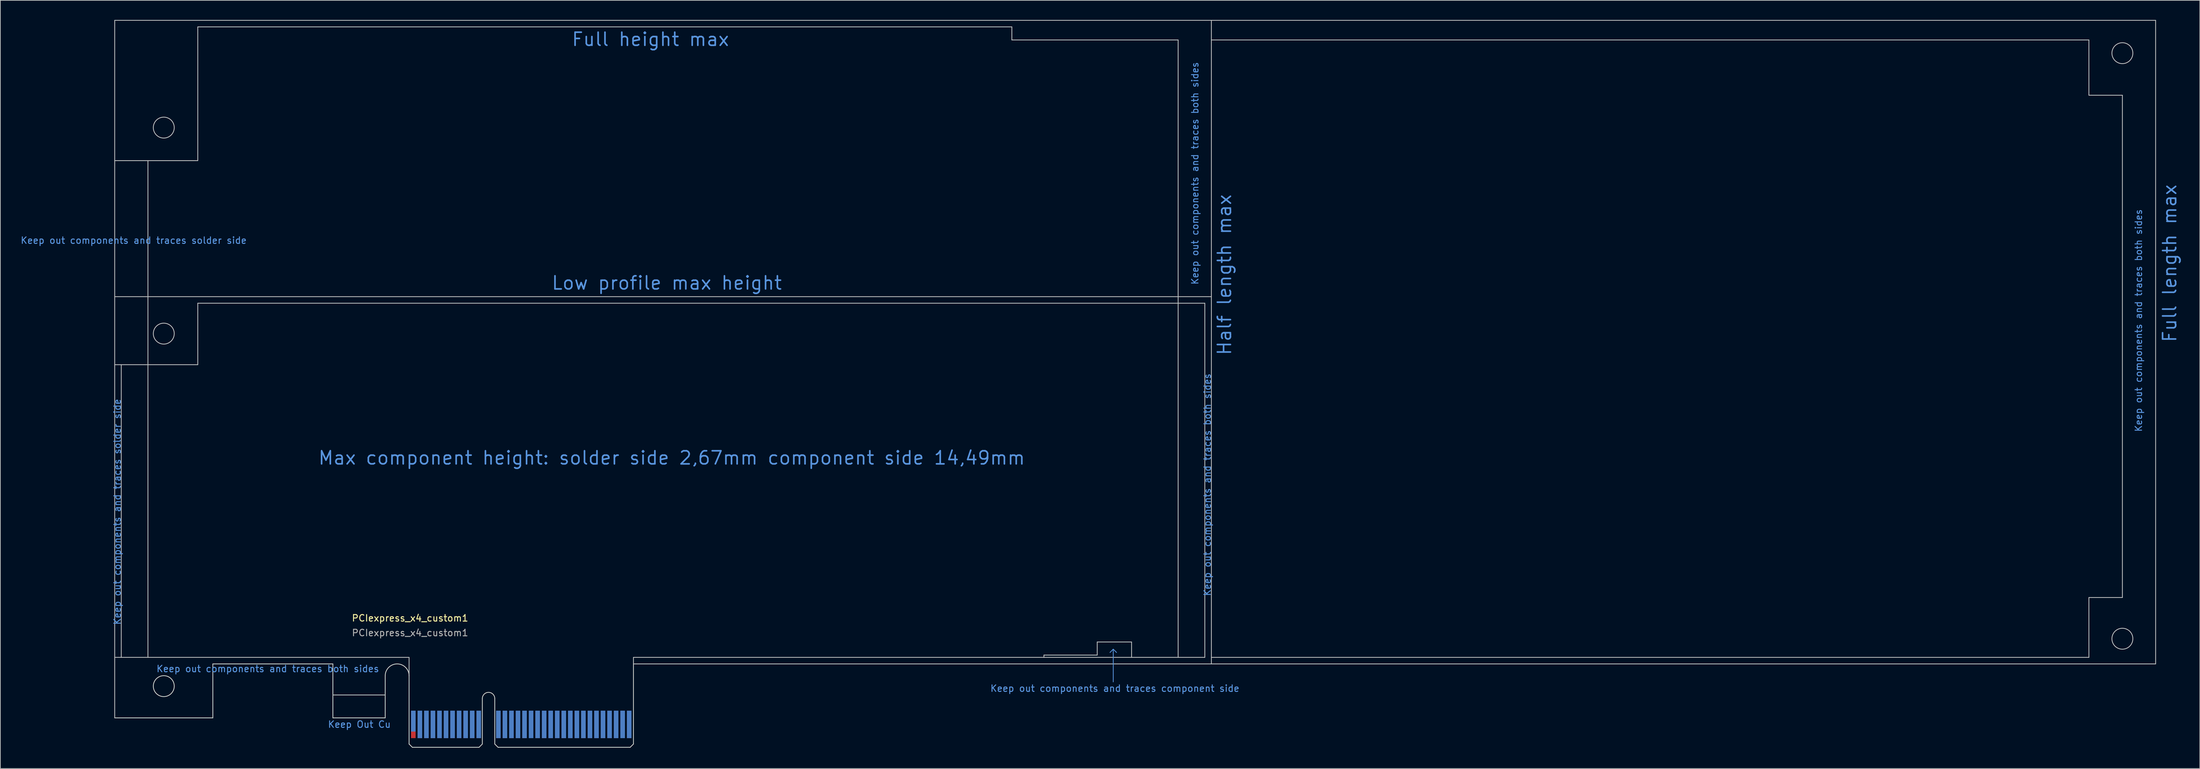
<source format=kicad_pcb>
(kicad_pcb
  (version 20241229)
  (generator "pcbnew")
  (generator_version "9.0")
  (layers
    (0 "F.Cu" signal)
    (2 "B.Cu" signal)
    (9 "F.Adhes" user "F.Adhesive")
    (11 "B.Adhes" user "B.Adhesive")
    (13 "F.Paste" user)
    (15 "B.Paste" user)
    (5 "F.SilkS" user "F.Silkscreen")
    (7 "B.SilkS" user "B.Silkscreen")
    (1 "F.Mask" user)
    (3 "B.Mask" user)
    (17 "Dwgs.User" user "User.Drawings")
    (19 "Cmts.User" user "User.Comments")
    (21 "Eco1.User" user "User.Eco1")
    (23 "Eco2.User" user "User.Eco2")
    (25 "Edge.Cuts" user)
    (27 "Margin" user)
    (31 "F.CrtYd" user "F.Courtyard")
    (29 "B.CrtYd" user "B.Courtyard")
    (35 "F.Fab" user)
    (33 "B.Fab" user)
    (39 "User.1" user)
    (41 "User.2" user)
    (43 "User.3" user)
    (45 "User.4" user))
  (footprint "PCIexpress_x4_custom1"
    (layer "F.Cu")
    (at 59.637 111.21)
    (property "Reference" "PCIexpress_x4_custom1" (at 0 -19.75 0) (layer "F.SilkS") (effects (font (size 1 1) (thickness 0.15))))
    (attr exclude_from_pos_files exclude_from_bom)
    (fp_poly (pts (xy -11.8 -4.5) (xy -11.8 -8) (xy -3.8 -8) (xy -3.8 -4.5)) (stroke (width 0) (type solid)) (fill yes) (layer "F.Mask"))
    (fp_poly (pts (xy -0.25 -5.5) (xy 34.25 -5.5) (xy 34.25 0) (xy -0.25 0)) (stroke (width 0.2) (type solid)) (fill yes) (layer "F.Mask"))
    (fp_poly (pts (xy -11.8 -4.5) (xy -11.8 -8) (xy -3.8 -8) (xy -3.8 -4.5)) (stroke (width 0) (type solid)) (fill yes) (layer "B.Mask"))
    (fp_poly (pts (xy -0.25 -5.5) (xy 34.25 -5.5) (xy 34.25 0) (xy -0.25 0)) (stroke (width 0.2) (type solid)) (fill yes) (layer "B.Mask"))
    (fp_line (start -45.15 -111.15) (end -45.15 -4.5) (stroke (width 0.12) (type solid)) (layer "Dwgs.User"))
    (fp_line (start -45.15 -111.15) (end 122.5 -111.15) (stroke (width 0.12) (type solid)) (layer "Dwgs.User"))
    (fp_line (start -45.15 -89.7) (end -32.45 -89.7) (stroke (width 0.12) (type solid)) (layer "Dwgs.User"))
    (fp_line (start -45.15 -68.9) (end 122.5 -68.9) (stroke (width 0.12) (type solid)) (layer "Dwgs.User"))
    (fp_line (start -45.15 -58.5) (end -32.45 -58.5) (stroke (width 0.12) (type solid)) (layer "Dwgs.User"))
    (fp_line (start -44.15 -58.5) (end -44.15 -13.75) (stroke (width 0.12) (type solid)) (layer "Dwgs.User"))
    (fp_line (start -40.07 -13.75) (end -40.07 -89.7) (stroke (width 0.12) (type solid)) (layer "Dwgs.User"))
    (fp_line (start -32.45 -110.15) (end -32.45 -89.7) (stroke (width 0.12) (type solid)) (layer "Dwgs.User"))
    (fp_line (start -32.45 -110.15) (end 92 -110.15) (stroke (width 0.12) (type solid)) (layer "Dwgs.User"))
    (fp_line (start -32.45 -67.9) (end 121.5 -67.9) (stroke (width 0.12) (type solid)) (layer "Dwgs.User"))
    (fp_line (start -32.45 -58.5) (end -32.45 -67.9) (stroke (width 0.12) (type solid)) (layer "Dwgs.User"))
    (fp_line (start -11.8 -8) (end -3.8 -8) (stroke (width 0.12) (type solid)) (layer "Dwgs.User"))
    (fp_line (start -0.15 -13.75) (end -45.15 -13.75) (stroke (width 0.12) (type solid)) (layer "Dwgs.User"))
    (fp_line (start -0.15 -10.925) (end -0.15 -13.75) (stroke (width 0.12) (type solid)) (layer "Dwgs.User"))
    (fp_line (start 34.15 -13.75) (end 121.5 -13.75) (stroke (width 0.12) (type solid)) (layer "Dwgs.User"))
    (fp_line (start 34.15 -12.75) (end 34.15 -13.75) (stroke (width 0.12) (type solid)) (layer "Dwgs.User"))
    (fp_line (start 34.15 -12.75) (end 122.503 -12.75) (stroke (width 0.12) (type solid)) (layer "Dwgs.User"))
    (fp_line (start 92 -110.15) (end 92 -108.15) (stroke (width 0.12) (type solid)) (layer "Dwgs.User"))
    (fp_line (start 92 -108.15) (end 117.42 -108.15) (stroke (width 0.12) (type solid)) (layer "Dwgs.User"))
    (fp_line (start 96.9 -14.1) (end 96.9 -13.75) (stroke (width 0.12) (type solid)) (layer "Dwgs.User"))
    (fp_line (start 96.9 -14.1) (end 105.05 -14.1) (stroke (width 0.12) (type solid)) (layer "Dwgs.User"))
    (fp_line (start 105.05 -16.1) (end 110.3 -16.1) (stroke (width 0.12) (type solid)) (layer "Dwgs.User"))
    (fp_line (start 105.05 -14.1) (end 105.05 -16.1) (stroke (width 0.12) (type solid)) (layer "Dwgs.User"))
    (fp_line (start 110.3 -16.1) (end 110.3 -13.75) (stroke (width 0.12) (type solid)) (layer "Dwgs.User"))
    (fp_line (start 117.42 -108.15) (end 117.42 -13.75) (stroke (width 0.12) (type solid)) (layer "Dwgs.User"))
    (fp_line (start 121.5 -67.9) (end 121.5 -13.75) (stroke (width 0.12) (type solid)) (layer "Dwgs.User"))
    (fp_line (start 122.5 -111.15) (end 122.5 -12.75) (stroke (width 0.12) (type solid)) (layer "Dwgs.User"))
    (fp_line (start 122.5 -111.15) (end 266.85 -111.15) (stroke (width 0.12) (type solid)) (layer "Dwgs.User"))
    (fp_line (start 122.5 -108.15) (end 256.65 -108.15) (stroke (width 0.12) (type solid)) (layer "Dwgs.User"))
    (fp_line (start 122.5 -13.75) (end 256.65 -13.75) (stroke (width 0.12) (type solid)) (layer "Dwgs.User"))
    (fp_line (start 122.503 -12.75) (end 266.853 -12.75) (stroke (width 0.12) (type solid)) (layer "Dwgs.User"))
    (fp_line (start 256.65 -108.15) (end 256.65 -99.7) (stroke (width 0.12) (type solid)) (layer "Dwgs.User"))
    (fp_line (start 256.65 -99.7) (end 261.77 -99.7) (stroke (width 0.12) (type solid)) (layer "Dwgs.User"))
    (fp_line (start 256.65 -22.9) (end 261.77 -22.9) (stroke (width 0.12) (type solid)) (layer "Dwgs.User"))
    (fp_line (start 256.65 -13.75) (end 256.65 -22.9) (stroke (width 0.12) (type solid)) (layer "Dwgs.User"))
    (fp_line (start 261.77 -99.7) (end 261.77 -22.9) (stroke (width 0.12) (type solid)) (layer "Dwgs.User"))
    (fp_line (start 266.85 -111.15) (end 266.853 -12.75) (stroke (width 0.12) (type solid)) (layer "Dwgs.User"))
    (fp_circle (center -37.65 -94.75) (end -36.05 -94.75) (stroke (width 0.12) (type solid)) (fill no) (layer "Dwgs.User"))
    (fp_circle (center -37.65 -63.25) (end -36.05 -63.25) (stroke (width 0.12) (type solid)) (fill no) (layer "Dwgs.User"))
    (fp_circle (center 261.77 -106.13) (end 263.37 -106.13) (stroke (width 0.12) (type solid)) (fill no) (layer "Dwgs.User"))
    (fp_circle (center 261.77 -16.6) (end 263.37 -16.6) (stroke (width 0.12) (type solid)) (fill no) (layer "Dwgs.User"))
    (fp_line (start 107.5 -15) (end 107 -14.5) (stroke (width 0.12) (type solid)) (layer "Cmts.User"))
    (fp_line (start 107.5 -15) (end 108 -14.5) (stroke (width 0.12) (type solid)) (layer "Cmts.User"))
    (fp_line (start 107.5 -10) (end 107.5 -15) (stroke (width 0.12) (type solid)) (layer "Cmts.User"))
    (fp_line (start -30.15 -12.75) (end -11.8 -12.75) (stroke (width 0.12) (type solid)) (layer "Edge.Cuts"))
    (fp_line (start -30.15 -4.5) (end -45.15 -4.5) (stroke (width 0.12) (type solid)) (layer "Edge.Cuts"))
    (fp_line (start -30.15 -4.5) (end -30.15 -12.75) (stroke (width 0.12) (type solid)) (layer "Edge.Cuts"))
    (fp_line (start -11.8 -4.5) (end -11.8 -12.75) (stroke (width 0.12) (type solid)) (layer "Edge.Cuts"))
    (fp_line (start -11.8 -4.5) (end -3.8 -4.5) (stroke (width 0.12) (type solid)) (layer "Edge.Cuts"))
    (fp_line (start -3.8 -4.5) (end -3.8 -10.925) (stroke (width 0.12) (type solid)) (layer "Edge.Cuts"))
    (fp_line (start -0.15 -0.5) (end -0.15 -10.925) (stroke (width 0.12) (type solid)) (layer "Edge.Cuts"))
    (fp_line (start -0.15 -0.5) (end 0.35 0) (stroke (width 0.12) (type solid)) (layer "Edge.Cuts"))
    (fp_line (start 0.35 0) (end 10.55 0) (stroke (width 0.12) (type solid)) (layer "Edge.Cuts"))
    (fp_line (start 11.05 -7.45) (end 11.05 -0.5) (stroke (width 0.12) (type solid)) (layer "Edge.Cuts"))
    (fp_line (start 11.05 -0.5) (end 10.55 0) (stroke (width 0.12) (type solid)) (layer "Edge.Cuts"))
    (fp_line (start 12.95 -7.45) (end 12.95 -0.5) (stroke (width 0.12) (type solid)) (layer "Edge.Cuts"))
    (fp_line (start 12.95 -0.5) (end 13.45 0) (stroke (width 0.12) (type solid)) (layer "Edge.Cuts"))
    (fp_line (start 13.45 0) (end 33.65 0) (stroke (width 0.12) (type solid)) (layer "Edge.Cuts"))
    (fp_line (start 34.15 -0.5) (end 33.65 0) (stroke (width 0.12) (type solid)) (layer "Edge.Cuts"))
    (fp_line (start 34.15 -0.5) (end 34.15 -12.75) (stroke (width 0.12) (type solid)) (layer "Edge.Cuts"))
    (fp_arc (start -3.8 -10.925) (mid -1.975 -12.75) (end -0.15 -10.925) (stroke (width 0.12) (type solid)) (layer "Edge.Cuts"))
    (fp_arc (start 11.05 -7.45) (mid 12 -8.4) (end 12.95 -7.45) (stroke (width 0.12) (type solid)) (layer "Edge.Cuts"))
    (fp_circle (center -37.65 -9.35) (end -36.05 -9.35) (stroke (width 0.12) (type solid)) (fill no) (layer "Edge.Cuts"))
    (fp_text user "Keep out components and traces solder side" (at -44.75 -36 90) (layer "Cmts.User") (effects (font (size 1 1) (thickness 0.15))))
    (fp_text user "Keep out components and traces both sides" (at 264.25 -65.25 90) (layer "Cmts.User") (effects (font (size 1 1) (thickness 0.15))))
    (fp_text user "Keep out components and traces both sides" (at -21.75 -12 0) (layer "Cmts.User") (effects (font (size 1 1) (thickness 0.15))))
    (fp_text user "Max component height: solder side 2,67mm component side 14,49mm" (at 40 -44.25 0) (layer "Cmts.User") (effects (font (size 2 2) (thickness 0.25))))
    (fp_text user "Keep out components and traces both sides" (at 121.893 -40.135 90) (layer "Cmts.User") (effects (font (size 1 1) (thickness 0.15))))
    (fp_text user "Keep out components and traces solder side" (at -42.25 -77.5 180) (layer "Cmts.User") (effects (font (size 1 1) (thickness 0.15))))
    (fp_text user "Full length max" (at 269 -74 90) (layer "Cmts.User") (effects (font (size 2 2) (thickness 0.25))))
    (fp_text user "Full height max" (at 36.75 -108.25 0) (layer "Cmts.User") (effects (font (size 2 2) (thickness 0.25))))
    (fp_text user "Keep Out Cu" (at -7.75 -3.5 0) (layer "Cmts.User") (effects (font (size 1 1) (thickness 0.15))))
    (fp_text user "Keep out components and traces both sides" (at 120 -87.75 90) (layer "Cmts.User") (effects (font (size 1 1) (thickness 0.15))))
    (fp_text user "Low profile max height" (at 39.25 -71 0) (layer "Cmts.User") (effects (font (size 2 2) (thickness 0.25))))
    (fp_text user "Keep out components and traces component side" (at 107.75 -9 180) (layer "Cmts.User") (effects (font (size 1 1) (thickness 0.15))))
    (fp_text user "Half length max" (at 124.5 -72.25 90) (layer "Cmts.User") (effects (font (size 2 2) (thickness 0.25))))
    (fp_text user "${REFERENCE}" (at 0 -17.5 0) (layer "F.Fab") (effects (font (size 1 1) (thickness 0.15))))
    (pad "A1" connect rect (at 0.5 -4) (size 0.7 3.2) (layers "B.Cu"))
    (pad "A2" connect rect (at 1.5 -3.5) (size 0.7 4.2) (layers "B.Cu"))
    (pad "A3" connect rect (at 2.5 -3.5) (size 0.7 4.2) (layers "B.Cu"))
    (pad "A4" connect rect (at 3.5 -3.5) (size 0.7 4.2) (layers "B.Cu"))
    (pad "A5" connect rect (at 4.5 -3.5) (size 0.7 4.2) (layers "B.Cu"))
    (pad "A6" connect rect (at 5.5 -3.5) (size 0.7 4.2) (layers "B.Cu"))
    (pad "A7" connect rect (at 6.5 -3.5) (size 0.7 4.2) (layers "B.Cu"))
    (pad "A8" connect rect (at 7.5 -3.5) (size 0.7 4.2) (layers "B.Cu"))
    (pad "A9" connect rect (at 8.5 -3.5) (size 0.7 4.2) (layers "B.Cu"))
    (pad "A10" connect rect (at 9.5 -3.5) (size 0.7 4.2) (layers "B.Cu"))
    (pad "A11" connect rect (at 10.5 -3.5) (size 0.7 4.2) (layers "B.Cu"))
    (pad "A12" connect rect (at 13.5 -3.5) (size 0.7 4.2) (layers "B.Cu"))
    (pad "A13" connect rect (at 14.5 -3.5) (size 0.7 4.2) (layers "B.Cu"))
    (pad "A14" connect rect (at 15.5 -3.5) (size 0.7 4.2) (layers "B.Cu"))
    (pad "A15" connect rect (at 16.5 -3.5) (size 0.7 4.2) (layers "B.Cu"))
    (pad "A16" connect rect (at 17.5 -3.5) (size 0.7 4.2) (layers "B.Cu"))
    (pad "A17" connect rect (at 18.5 -3.5) (size 0.7 4.2) (layers "B.Cu"))
    (pad "A18" connect rect (at 19.5 -3.5) (size 0.7 4.2) (layers "B.Cu"))
    (pad "A19" connect rect (at 20.5 -3.5) (size 0.7 4.2) (layers "B.Cu"))
    (pad "A20" connect rect (at 21.5 -3.5) (size 0.7 4.2) (layers "B.Cu"))
    (pad "A21" connect rect (at 22.5 -3.5) (size 0.7 4.2) (layers "B.Cu"))
    (pad "A22" connect rect (at 23.5 -3.5) (size 0.7 4.2) (layers "B.Cu"))
    (pad "A23" connect rect (at 24.5 -3.5) (size 0.7 4.2) (layers "B.Cu"))
    (pad "A24" connect rect (at 25.5 -3.5) (size 0.7 4.2) (layers "B.Cu"))
    (pad "A25" connect rect (at 26.5 -3.5) (size 0.7 4.2) (layers "B.Cu"))
    (pad "A26" connect rect (at 27.5 -3.5) (size 0.7 4.2) (layers "B.Cu"))
    (pad "A27" connect rect (at 28.5 -3.5) (size 0.7 4.2) (layers "B.Cu"))
    (pad "A28" connect rect (at 29.5 -3.5) (size 0.7 4.2) (layers "B.Cu"))
    (pad "A29" connect rect (at 30.5 -3.5) (size 0.7 4.2) (layers "B.Cu"))
    (pad "A30" connect rect (at 31.5 -3.5) (size 0.7 4.2) (layers "B.Cu"))
    (pad "A31" connect rect (at 32.5 -3.5) (size 0.7 4.2) (layers "B.Cu"))
    (pad "A32" connect rect (at 33.5 -3.5) (size 0.7 4.2) (layers "B.Cu"))
    (pad "B1" connect rect (at 0.5 -3.5) (size 0.7 4.2) (layers "F.Cu"))
    (pad "B2" connect rect (at 1.5 -3.5) (size 0.7 4.2) (layers "F.Cu"))
    (pad "B3" connect rect (at 2.5 -3.5) (size 0.7 4.2) (layers "F.Cu"))
    (pad "B4" connect rect (at 3.5 -3.5) (size 0.7 4.2) (layers "F.Cu"))
    (pad "B5" connect rect (at 4.5 -3.5) (size 0.7 4.2) (layers "F.Cu"))
    (pad "B6" connect rect (at 5.5 -3.5) (size 0.7 4.2) (layers "F.Cu"))
    (pad "B7" connect rect (at 6.5 -3.5) (size 0.7 4.2) (layers "F.Cu"))
    (pad "B8" connect rect (at 7.5 -3.5) (size 0.7 4.2) (layers "F.Cu"))
    (pad "B9" connect rect (at 8.5 -3.5) (size 0.7 4.2) (layers "F.Cu"))
    (pad "B10" connect rect (at 9.5 -3.5) (size 0.7 4.2) (layers "F.Cu"))
    (pad "B11" connect rect (at 10.5 -3.5) (size 0.7 4.2) (layers "F.Cu"))
    (pad "B12" connect rect (at 13.5 -3.5) (size 0.7 4.2) (layers "F.Cu"))
    (pad "B13" connect rect (at 14.5 -3.5) (size 0.7 4.2) (layers "F.Cu"))
    (pad "B14" connect rect (at 15.5 -3.5) (size 0.7 4.2) (layers "F.Cu"))
    (pad "B15" connect rect (at 16.5 -3.5) (size 0.7 4.2) (layers "F.Cu"))
    (pad "B16" connect rect (at 17.5 -3.5) (size 0.7 4.2) (layers "F.Cu"))
    (pad "B17" connect rect (at 18.5 -4) (size 0.7 3.2) (layers "F.Cu"))
    (pad "B18" connect rect (at 19.5 -3.5) (size 0.7 4.2) (layers "F.Cu"))
    (pad "B19" connect rect (at 20.5 -3.5) (size 0.7 4.2) (layers "F.Cu"))
    (pad "B20" connect rect (at 21.5 -3.5) (size 0.7 4.2) (layers "F.Cu"))
    (pad "B21" connect rect (at 22.5 -3.5) (size 0.7 4.2) (layers "F.Cu"))
    (pad "B22" connect rect (at 23.5 -3.5) (size 0.7 4.2) (layers "F.Cu"))
    (pad "B23" connect rect (at 24.5 -3.5) (size 0.7 4.2) (layers "F.Cu"))
    (pad "B24" connect rect (at 25.5 -3.5) (size 0.7 4.2) (layers "F.Cu"))
    (pad "B25" connect rect (at 26.5 -3.5) (size 0.7 4.2) (layers "F.Cu"))
    (pad "B26" connect rect (at 27.5 -3.5) (size 0.7 4.2) (layers "F.Cu"))
    (pad "B27" connect rect (at 28.5 -3.5) (size 0.7 4.2) (layers "F.Cu"))
    (pad "B28" connect rect (at 29.5 -3.5) (size 0.7 4.2) (layers "F.Cu"))
    (pad "B29" connect rect (at 30.5 -3.5) (size 0.7 4.2) (layers "F.Cu"))
    (pad "B30" connect rect (at 31.5 -3.5) (size 0.7 4.2) (layers "F.Cu"))
    (pad "B31" connect rect (at 32.5 -4) (size 0.7 3.2) (layers "F.Cu"))
    (pad "B32" connect rect (at 33.5 -3.5) (size 0.7 4.2) (layers "F.Cu")))
  (gr_rect
    (start -3 -3)
    (end 333.246 114.46)
    (stroke (width 0.1) (type default))
    (fill no)
    (layer "Edge.Cuts")))
</source>
